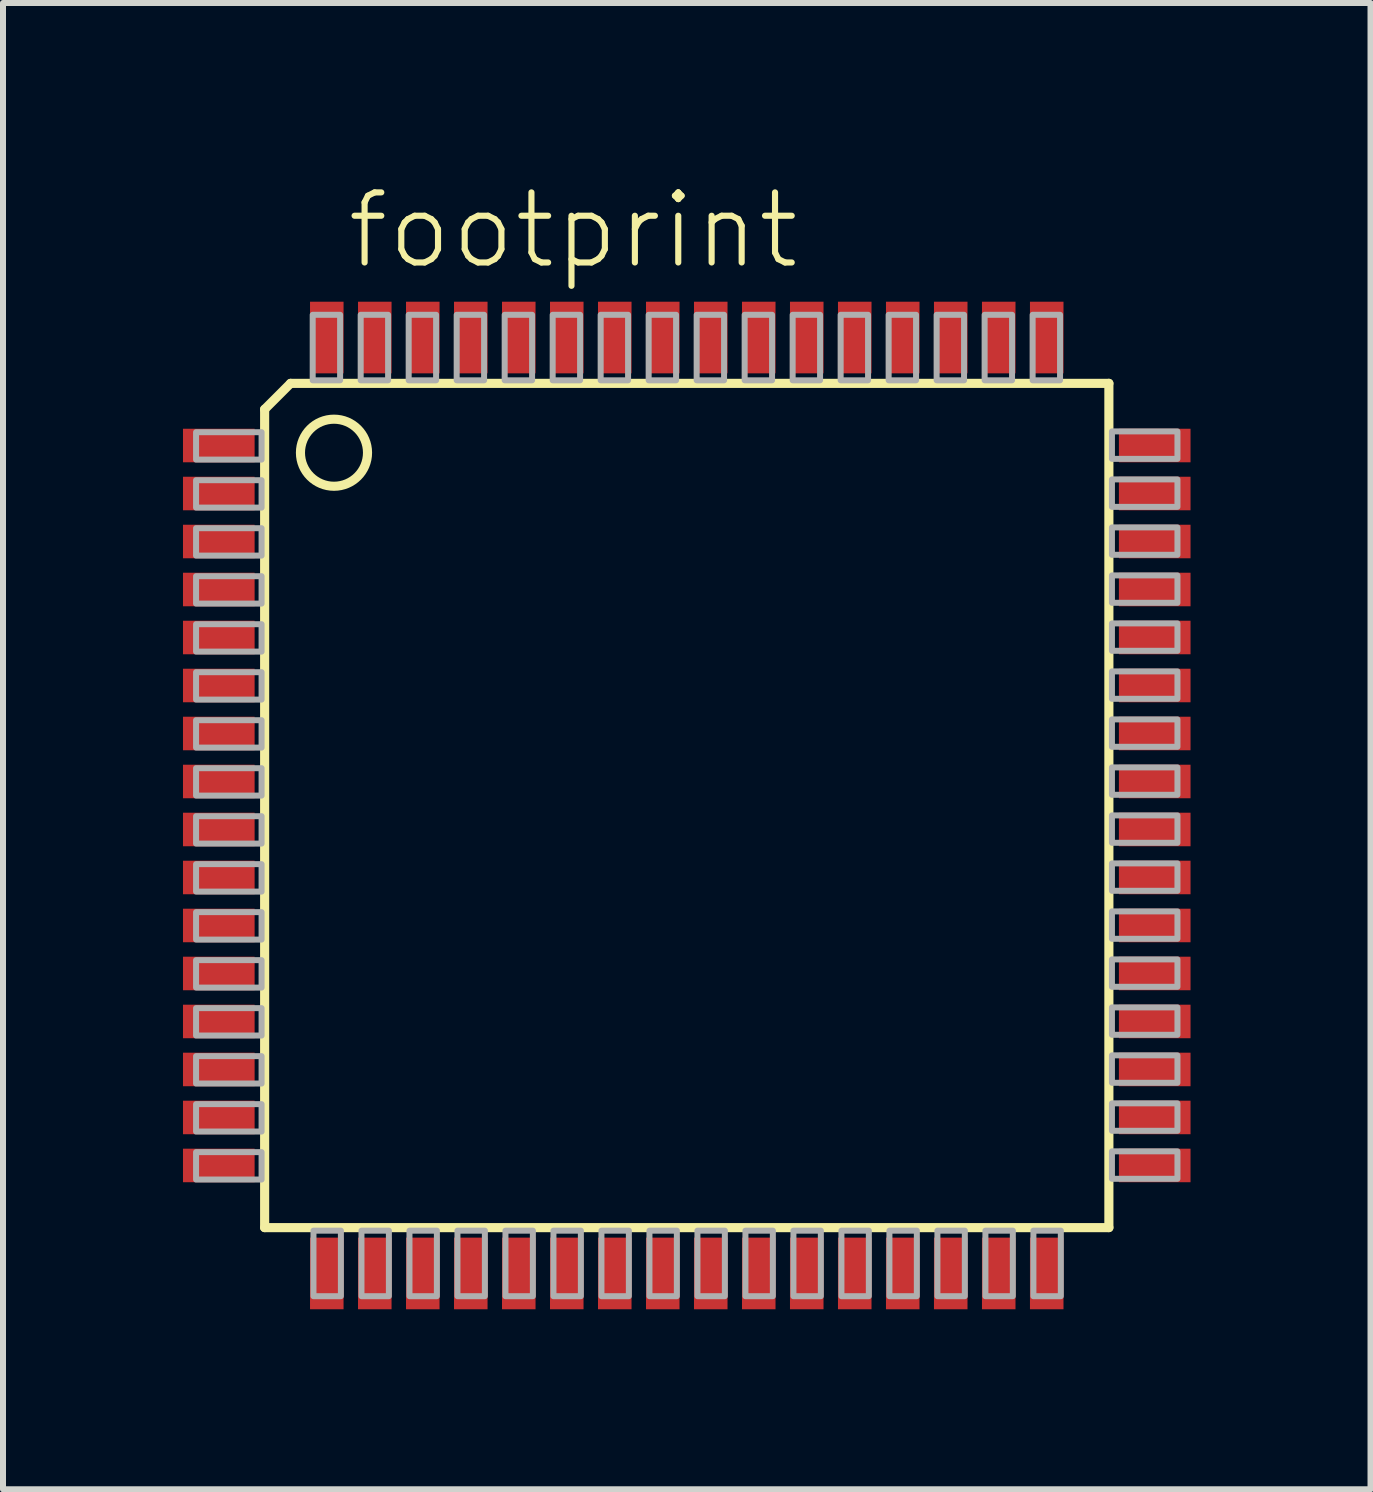
<source format=kicad_pcb>
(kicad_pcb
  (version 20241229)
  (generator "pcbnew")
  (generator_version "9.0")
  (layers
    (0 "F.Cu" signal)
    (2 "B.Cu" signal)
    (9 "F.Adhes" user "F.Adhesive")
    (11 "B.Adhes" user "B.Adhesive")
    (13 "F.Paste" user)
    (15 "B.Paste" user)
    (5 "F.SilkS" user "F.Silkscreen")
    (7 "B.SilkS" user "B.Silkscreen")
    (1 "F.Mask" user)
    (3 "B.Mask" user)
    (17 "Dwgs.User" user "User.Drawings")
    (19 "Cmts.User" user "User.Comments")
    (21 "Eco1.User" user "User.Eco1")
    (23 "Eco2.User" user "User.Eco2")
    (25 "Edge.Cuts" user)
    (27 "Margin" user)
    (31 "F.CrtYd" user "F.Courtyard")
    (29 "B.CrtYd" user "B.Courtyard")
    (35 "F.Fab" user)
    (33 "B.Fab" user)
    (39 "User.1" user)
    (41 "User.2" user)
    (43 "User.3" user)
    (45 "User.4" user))
  (footprint "footprint"
    (layer "F.Cu")
    (at 8.397 10.376)
    (property "Reference" "footprint" (at -5.715 -8.903 0) (layer "F.SilkS") (effects (font (size 1.168 1.168) (thickness 0.102)) (justify left bottom)))
    (fp_line (start -7.036 -6.604) (end -6.604 -7.036) (stroke (width 0.152) (type solid)) (layer "F.SilkS"))
    (fp_line (start -7.036 7.036) (end -7.036 -6.604) (stroke (width 0.152) (type solid)) (layer "F.SilkS"))
    (fp_line (start -6.604 -7.036) (end 7.036 -7.036) (stroke (width 0.152) (type solid)) (layer "F.SilkS"))
    (fp_line (start 7.036 -7.036) (end 7.036 7.036) (stroke (width 0.152) (type solid)) (layer "F.SilkS"))
    (fp_line (start 7.036 7.036) (end -7.036 7.036) (stroke (width 0.152) (type solid)) (layer "F.SilkS"))
    (fp_circle (center -5.88 -5.88) (end -5.321 -5.88) (stroke (width 0.152) (type solid)) (fill no) (layer "F.SilkS"))
    (fp_poly (pts (xy -8.179 -5.765) (xy -7.087 -5.765) (xy -7.087 -6.222) (xy -8.179 -6.222)) (stroke (width 0.1) (type solid)) (fill no) (layer "F.Fab"))
    (fp_poly (pts (xy -8.179 -4.965) (xy -7.087 -4.965) (xy -7.087 -5.422) (xy -8.179 -5.422)) (stroke (width 0.1) (type solid)) (fill no) (layer "F.Fab"))
    (fp_poly (pts (xy -8.179 -4.165) (xy -7.087 -4.165) (xy -7.087 -4.622) (xy -8.179 -4.622)) (stroke (width 0.1) (type solid)) (fill no) (layer "F.Fab"))
    (fp_poly (pts (xy -8.179 -3.365) (xy -7.087 -3.365) (xy -7.087 -3.822) (xy -8.179 -3.822)) (stroke (width 0.1) (type solid)) (fill no) (layer "F.Fab"))
    (fp_poly (pts (xy -8.179 -2.565) (xy -7.087 -2.565) (xy -7.087 -3.022) (xy -8.179 -3.022)) (stroke (width 0.1) (type solid)) (fill no) (layer "F.Fab"))
    (fp_poly (pts (xy -8.179 -1.765) (xy -7.087 -1.765) (xy -7.087 -2.222) (xy -8.179 -2.222)) (stroke (width 0.1) (type solid)) (fill no) (layer "F.Fab"))
    (fp_poly (pts (xy -8.179 -0.965) (xy -7.087 -0.965) (xy -7.087 -1.422) (xy -8.179 -1.422)) (stroke (width 0.1) (type solid)) (fill no) (layer "F.Fab"))
    (fp_poly (pts (xy -8.179 -0.165) (xy -7.087 -0.165) (xy -7.087 -0.622) (xy -8.179 -0.622)) (stroke (width 0.1) (type solid)) (fill no) (layer "F.Fab"))
    (fp_poly (pts (xy -8.179 0.635) (xy -7.087 0.635) (xy -7.087 0.178) (xy -8.179 0.178)) (stroke (width 0.1) (type solid)) (fill no) (layer "F.Fab"))
    (fp_poly (pts (xy -8.179 1.435) (xy -7.087 1.435) (xy -7.087 0.978) (xy -8.179 0.978)) (stroke (width 0.1) (type solid)) (fill no) (layer "F.Fab"))
    (fp_poly (pts (xy -8.179 2.235) (xy -7.087 2.235) (xy -7.087 1.778) (xy -8.179 1.778)) (stroke (width 0.1) (type solid)) (fill no) (layer "F.Fab"))
    (fp_poly (pts (xy -8.179 3.035) (xy -7.087 3.035) (xy -7.087 2.578) (xy -8.179 2.578)) (stroke (width 0.1) (type solid)) (fill no) (layer "F.Fab"))
    (fp_poly (pts (xy -8.179 3.835) (xy -7.087 3.835) (xy -7.087 3.378) (xy -8.179 3.378)) (stroke (width 0.1) (type solid)) (fill no) (layer "F.Fab"))
    (fp_poly (pts (xy -8.179 4.635) (xy -7.087 4.635) (xy -7.087 4.178) (xy -8.179 4.178)) (stroke (width 0.1) (type solid)) (fill no) (layer "F.Fab"))
    (fp_poly (pts (xy -8.179 5.435) (xy -7.087 5.435) (xy -7.087 4.978) (xy -8.179 4.978)) (stroke (width 0.1) (type solid)) (fill no) (layer "F.Fab"))
    (fp_poly (pts (xy -8.179 6.235) (xy -7.087 6.235) (xy -7.087 5.778) (xy -8.179 5.778)) (stroke (width 0.1) (type solid)) (fill no) (layer "F.Fab"))
    (fp_poly (pts (xy -6.235 -8.179) (xy -6.235 -7.087) (xy -5.778 -7.087) (xy -5.778 -8.179)) (stroke (width 0.1) (type solid)) (fill no) (layer "F.Fab"))
    (fp_poly (pts (xy -5.765 8.179) (xy -5.765 7.087) (xy -6.222 7.087) (xy -6.222 8.179)) (stroke (width 0.1) (type solid)) (fill no) (layer "F.Fab"))
    (fp_poly (pts (xy -5.435 -8.179) (xy -5.435 -7.087) (xy -4.978 -7.087) (xy -4.978 -8.179)) (stroke (width 0.1) (type solid)) (fill no) (layer "F.Fab"))
    (fp_poly (pts (xy -4.965 8.179) (xy -4.965 7.087) (xy -5.422 7.087) (xy -5.422 8.179)) (stroke (width 0.1) (type solid)) (fill no) (layer "F.Fab"))
    (fp_poly (pts (xy -4.635 -8.179) (xy -4.635 -7.087) (xy -4.178 -7.087) (xy -4.178 -8.179)) (stroke (width 0.1) (type solid)) (fill no) (layer "F.Fab"))
    (fp_poly (pts (xy -4.165 8.179) (xy -4.165 7.087) (xy -4.622 7.087) (xy -4.622 8.179)) (stroke (width 0.1) (type solid)) (fill no) (layer "F.Fab"))
    (fp_poly (pts (xy -3.835 -8.179) (xy -3.835 -7.087) (xy -3.378 -7.087) (xy -3.378 -8.179)) (stroke (width 0.1) (type solid)) (fill no) (layer "F.Fab"))
    (fp_poly (pts (xy -3.365 8.179) (xy -3.365 7.087) (xy -3.822 7.087) (xy -3.822 8.179)) (stroke (width 0.1) (type solid)) (fill no) (layer "F.Fab"))
    (fp_poly (pts (xy -3.035 -8.179) (xy -3.035 -7.087) (xy -2.578 -7.087) (xy -2.578 -8.179)) (stroke (width 0.1) (type solid)) (fill no) (layer "F.Fab"))
    (fp_poly (pts (xy -2.565 8.179) (xy -2.565 7.087) (xy -3.022 7.087) (xy -3.022 8.179)) (stroke (width 0.1) (type solid)) (fill no) (layer "F.Fab"))
    (fp_poly (pts (xy -2.235 -8.179) (xy -2.235 -7.087) (xy -1.778 -7.087) (xy -1.778 -8.179)) (stroke (width 0.1) (type solid)) (fill no) (layer "F.Fab"))
    (fp_poly (pts (xy -1.765 8.179) (xy -1.765 7.087) (xy -2.222 7.087) (xy -2.222 8.179)) (stroke (width 0.1) (type solid)) (fill no) (layer "F.Fab"))
    (fp_poly (pts (xy -1.435 -8.179) (xy -1.435 -7.087) (xy -0.978 -7.087) (xy -0.978 -8.179)) (stroke (width 0.1) (type solid)) (fill no) (layer "F.Fab"))
    (fp_poly (pts (xy -0.965 8.179) (xy -0.965 7.087) (xy -1.422 7.087) (xy -1.422 8.179)) (stroke (width 0.1) (type solid)) (fill no) (layer "F.Fab"))
    (fp_poly (pts (xy -0.635 -8.179) (xy -0.635 -7.087) (xy -0.178 -7.087) (xy -0.178 -8.179)) (stroke (width 0.1) (type solid)) (fill no) (layer "F.Fab"))
    (fp_poly (pts (xy -0.165 8.179) (xy -0.165 7.087) (xy -0.622 7.087) (xy -0.622 8.179)) (stroke (width 0.1) (type solid)) (fill no) (layer "F.Fab"))
    (fp_poly (pts (xy 0.165 -8.179) (xy 0.165 -7.087) (xy 0.622 -7.087) (xy 0.622 -8.179)) (stroke (width 0.1) (type solid)) (fill no) (layer "F.Fab"))
    (fp_poly (pts (xy 0.635 8.179) (xy 0.635 7.087) (xy 0.178 7.087) (xy 0.178 8.179)) (stroke (width 0.1) (type solid)) (fill no) (layer "F.Fab"))
    (fp_poly (pts (xy 0.965 -8.179) (xy 0.965 -7.087) (xy 1.422 -7.087) (xy 1.422 -8.179)) (stroke (width 0.1) (type solid)) (fill no) (layer "F.Fab"))
    (fp_poly (pts (xy 1.435 8.179) (xy 1.435 7.087) (xy 0.978 7.087) (xy 0.978 8.179)) (stroke (width 0.1) (type solid)) (fill no) (layer "F.Fab"))
    (fp_poly (pts (xy 1.765 -8.179) (xy 1.765 -7.087) (xy 2.222 -7.087) (xy 2.222 -8.179)) (stroke (width 0.1) (type solid)) (fill no) (layer "F.Fab"))
    (fp_poly (pts (xy 2.235 8.179) (xy 2.235 7.087) (xy 1.778 7.087) (xy 1.778 8.179)) (stroke (width 0.1) (type solid)) (fill no) (layer "F.Fab"))
    (fp_poly (pts (xy 2.565 -8.179) (xy 2.565 -7.087) (xy 3.022 -7.087) (xy 3.022 -8.179)) (stroke (width 0.1) (type solid)) (fill no) (layer "F.Fab"))
    (fp_poly (pts (xy 3.035 8.179) (xy 3.035 7.087) (xy 2.578 7.087) (xy 2.578 8.179)) (stroke (width 0.1) (type solid)) (fill no) (layer "F.Fab"))
    (fp_poly (pts (xy 3.365 -8.179) (xy 3.365 -7.087) (xy 3.822 -7.087) (xy 3.822 -8.179)) (stroke (width 0.1) (type solid)) (fill no) (layer "F.Fab"))
    (fp_poly (pts (xy 3.835 8.179) (xy 3.835 7.087) (xy 3.378 7.087) (xy 3.378 8.179)) (stroke (width 0.1) (type solid)) (fill no) (layer "F.Fab"))
    (fp_poly (pts (xy 4.165 -8.179) (xy 4.165 -7.087) (xy 4.622 -7.087) (xy 4.622 -8.179)) (stroke (width 0.1) (type solid)) (fill no) (layer "F.Fab"))
    (fp_poly (pts (xy 4.635 8.179) (xy 4.635 7.087) (xy 4.178 7.087) (xy 4.178 8.179)) (stroke (width 0.1) (type solid)) (fill no) (layer "F.Fab"))
    (fp_poly (pts (xy 4.965 -8.179) (xy 4.965 -7.087) (xy 5.422 -7.087) (xy 5.422 -8.179)) (stroke (width 0.1) (type solid)) (fill no) (layer "F.Fab"))
    (fp_poly (pts (xy 5.435 8.179) (xy 5.435 7.087) (xy 4.978 7.087) (xy 4.978 8.179)) (stroke (width 0.1) (type solid)) (fill no) (layer "F.Fab"))
    (fp_poly (pts (xy 5.765 -8.179) (xy 5.765 -7.087) (xy 6.222 -7.087) (xy 6.222 -8.179)) (stroke (width 0.1) (type solid)) (fill no) (layer "F.Fab"))
    (fp_poly (pts (xy 6.235 8.179) (xy 6.235 7.087) (xy 5.778 7.087) (xy 5.778 8.179)) (stroke (width 0.1) (type solid)) (fill no) (layer "F.Fab"))
    (fp_poly (pts (xy 8.179 -6.235) (xy 7.087 -6.235) (xy 7.087 -5.778) (xy 8.179 -5.778)) (stroke (width 0.1) (type solid)) (fill no) (layer "F.Fab"))
    (fp_poly (pts (xy 8.179 -5.435) (xy 7.087 -5.435) (xy 7.087 -4.978) (xy 8.179 -4.978)) (stroke (width 0.1) (type solid)) (fill no) (layer "F.Fab"))
    (fp_poly (pts (xy 8.179 -4.635) (xy 7.087 -4.635) (xy 7.087 -4.178) (xy 8.179 -4.178)) (stroke (width 0.1) (type solid)) (fill no) (layer "F.Fab"))
    (fp_poly (pts (xy 8.179 -3.835) (xy 7.087 -3.835) (xy 7.087 -3.378) (xy 8.179 -3.378)) (stroke (width 0.1) (type solid)) (fill no) (layer "F.Fab"))
    (fp_poly (pts (xy 8.179 -3.035) (xy 7.087 -3.035) (xy 7.087 -2.578) (xy 8.179 -2.578)) (stroke (width 0.1) (type solid)) (fill no) (layer "F.Fab"))
    (fp_poly (pts (xy 8.179 -2.235) (xy 7.087 -2.235) (xy 7.087 -1.778) (xy 8.179 -1.778)) (stroke (width 0.1) (type solid)) (fill no) (layer "F.Fab"))
    (fp_poly (pts (xy 8.179 -1.435) (xy 7.087 -1.435) (xy 7.087 -0.978) (xy 8.179 -0.978)) (stroke (width 0.1) (type solid)) (fill no) (layer "F.Fab"))
    (fp_poly (pts (xy 8.179 -0.635) (xy 7.087 -0.635) (xy 7.087 -0.178) (xy 8.179 -0.178)) (stroke (width 0.1) (type solid)) (fill no) (layer "F.Fab"))
    (fp_poly (pts (xy 8.179 0.165) (xy 7.087 0.165) (xy 7.087 0.622) (xy 8.179 0.622)) (stroke (width 0.1) (type solid)) (fill no) (layer "F.Fab"))
    (fp_poly (pts (xy 8.179 0.965) (xy 7.087 0.965) (xy 7.087 1.422) (xy 8.179 1.422)) (stroke (width 0.1) (type solid)) (fill no) (layer "F.Fab"))
    (fp_poly (pts (xy 8.179 1.765) (xy 7.087 1.765) (xy 7.087 2.222) (xy 8.179 2.222)) (stroke (width 0.1) (type solid)) (fill no) (layer "F.Fab"))
    (fp_poly (pts (xy 8.179 2.565) (xy 7.087 2.565) (xy 7.087 3.022) (xy 8.179 3.022)) (stroke (width 0.1) (type solid)) (fill no) (layer "F.Fab"))
    (fp_poly (pts (xy 8.179 3.365) (xy 7.087 3.365) (xy 7.087 3.822) (xy 8.179 3.822)) (stroke (width 0.1) (type solid)) (fill no) (layer "F.Fab"))
    (fp_poly (pts (xy 8.179 4.165) (xy 7.087 4.165) (xy 7.087 4.622) (xy 8.179 4.622)) (stroke (width 0.1) (type solid)) (fill no) (layer "F.Fab"))
    (fp_poly (pts (xy 8.179 4.965) (xy 7.087 4.965) (xy 7.087 5.422) (xy 8.179 5.422)) (stroke (width 0.1) (type solid)) (fill no) (layer "F.Fab"))
    (fp_poly (pts (xy 8.179 5.765) (xy 7.087 5.765) (xy 7.087 6.222) (xy 8.179 6.222)) (stroke (width 0.1) (type solid)) (fill no) (layer "F.Fab"))
    (pad "1" smd rect (at -7.8 -6) (size 1.194 0.559) (layers "F.Cu" "F.Mask" "F.Paste"))
    (pad "2" smd rect (at -7.8 -5.2) (size 1.194 0.559) (layers "F.Cu" "F.Mask" "F.Paste"))
    (pad "3" smd rect (at -7.8 -4.4) (size 1.194 0.559) (layers "F.Cu" "F.Mask" "F.Paste"))
    (pad "4" smd rect (at -7.8 -3.6) (size 1.194 0.559) (layers "F.Cu" "F.Mask" "F.Paste"))
    (pad "5" smd rect (at -7.8 -2.8) (size 1.194 0.559) (layers "F.Cu" "F.Mask" "F.Paste"))
    (pad "6" smd rect (at -7.8 -2) (size 1.194 0.559) (layers "F.Cu" "F.Mask" "F.Paste"))
    (pad "7" smd rect (at -7.8 -1.2) (size 1.194 0.559) (layers "F.Cu" "F.Mask" "F.Paste"))
    (pad "8" smd rect (at -7.8 -0.4) (size 1.194 0.559) (layers "F.Cu" "F.Mask" "F.Paste"))
    (pad "9" smd rect (at -7.8 0.4) (size 1.194 0.559) (layers "F.Cu" "F.Mask" "F.Paste"))
    (pad "10" smd rect (at -7.8 1.2) (size 1.194 0.559) (layers "F.Cu" "F.Mask" "F.Paste"))
    (pad "11" smd rect (at -7.8 2) (size 1.194 0.559) (layers "F.Cu" "F.Mask" "F.Paste"))
    (pad "12" smd rect (at -7.8 2.8) (size 1.194 0.559) (layers "F.Cu" "F.Mask" "F.Paste"))
    (pad "13" smd rect (at -7.8 3.6) (size 1.194 0.559) (layers "F.Cu" "F.Mask" "F.Paste"))
    (pad "14" smd rect (at -7.8 4.4) (size 1.194 0.559) (layers "F.Cu" "F.Mask" "F.Paste"))
    (pad "15" smd rect (at -7.8 5.2) (size 1.194 0.559) (layers "F.Cu" "F.Mask" "F.Paste"))
    (pad "16" smd rect (at -7.8 6) (size 1.194 0.559) (layers "F.Cu" "F.Mask" "F.Paste"))
    (pad "17" smd rect (at -6 7.8) (size 0.559 1.194) (layers "F.Cu" "F.Mask" "F.Paste"))
    (pad "18" smd rect (at -5.2 7.8) (size 0.559 1.194) (layers "F.Cu" "F.Mask" "F.Paste"))
    (pad "19" smd rect (at -4.4 7.8) (size 0.559 1.194) (layers "F.Cu" "F.Mask" "F.Paste"))
    (pad "20" smd rect (at -3.6 7.8) (size 0.559 1.194) (layers "F.Cu" "F.Mask" "F.Paste"))
    (pad "21" smd rect (at -2.8 7.8) (size 0.559 1.194) (layers "F.Cu" "F.Mask" "F.Paste"))
    (pad "22" smd rect (at -2 7.8) (size 0.559 1.194) (layers "F.Cu" "F.Mask" "F.Paste"))
    (pad "23" smd rect (at -1.2 7.8) (size 0.559 1.194) (layers "F.Cu" "F.Mask" "F.Paste"))
    (pad "24" smd rect (at -0.4 7.8) (size 0.559 1.194) (layers "F.Cu" "F.Mask" "F.Paste"))
    (pad "25" smd rect (at 0.4 7.8) (size 0.559 1.194) (layers "F.Cu" "F.Mask" "F.Paste"))
    (pad "26" smd rect (at 1.2 7.8) (size 0.559 1.194) (layers "F.Cu" "F.Mask" "F.Paste"))
    (pad "27" smd rect (at 2 7.8) (size 0.559 1.194) (layers "F.Cu" "F.Mask" "F.Paste"))
    (pad "28" smd rect (at 2.8 7.8) (size 0.559 1.194) (layers "F.Cu" "F.Mask" "F.Paste"))
    (pad "29" smd rect (at 3.6 7.8) (size 0.559 1.194) (layers "F.Cu" "F.Mask" "F.Paste"))
    (pad "30" smd rect (at 4.4 7.8) (size 0.559 1.194) (layers "F.Cu" "F.Mask" "F.Paste"))
    (pad "31" smd rect (at 5.2 7.8) (size 0.559 1.194) (layers "F.Cu" "F.Mask" "F.Paste"))
    (pad "32" smd rect (at 6 7.8) (size 0.559 1.194) (layers "F.Cu" "F.Mask" "F.Paste"))
    (pad "33" smd rect (at 7.8 6) (size 1.194 0.559) (layers "F.Cu" "F.Mask" "F.Paste"))
    (pad "34" smd rect (at 7.8 5.2) (size 1.194 0.559) (layers "F.Cu" "F.Mask" "F.Paste"))
    (pad "35" smd rect (at 7.8 4.4) (size 1.194 0.559) (layers "F.Cu" "F.Mask" "F.Paste"))
    (pad "36" smd rect (at 7.8 3.6) (size 1.194 0.559) (layers "F.Cu" "F.Mask" "F.Paste"))
    (pad "37" smd rect (at 7.8 2.8) (size 1.194 0.559) (layers "F.Cu" "F.Mask" "F.Paste"))
    (pad "38" smd rect (at 7.8 2) (size 1.194 0.559) (layers "F.Cu" "F.Mask" "F.Paste"))
    (pad "39" smd rect (at 7.8 1.2) (size 1.194 0.559) (layers "F.Cu" "F.Mask" "F.Paste"))
    (pad "40" smd rect (at 7.8 0.4) (size 1.194 0.559) (layers "F.Cu" "F.Mask" "F.Paste"))
    (pad "41" smd rect (at 7.8 -0.4) (size 1.194 0.559) (layers "F.Cu" "F.Mask" "F.Paste"))
    (pad "42" smd rect (at 7.8 -1.2) (size 1.194 0.559) (layers "F.Cu" "F.Mask" "F.Paste"))
    (pad "43" smd rect (at 7.8 -2) (size 1.194 0.559) (layers "F.Cu" "F.Mask" "F.Paste"))
    (pad "44" smd rect (at 7.8 -2.8) (size 1.194 0.559) (layers "F.Cu" "F.Mask" "F.Paste"))
    (pad "45" smd rect (at 7.8 -3.6) (size 1.194 0.559) (layers "F.Cu" "F.Mask" "F.Paste"))
    (pad "46" smd rect (at 7.8 -4.4) (size 1.194 0.559) (layers "F.Cu" "F.Mask" "F.Paste"))
    (pad "47" smd rect (at 7.8 -5.2) (size 1.194 0.559) (layers "F.Cu" "F.Mask" "F.Paste"))
    (pad "48" smd rect (at 7.8 -6) (size 1.194 0.559) (layers "F.Cu" "F.Mask" "F.Paste"))
    (pad "49" smd rect (at 6 -7.8) (size 0.559 1.194) (layers "F.Cu" "F.Mask" "F.Paste"))
    (pad "50" smd rect (at 5.2 -7.8) (size 0.559 1.194) (layers "F.Cu" "F.Mask" "F.Paste"))
    (pad "51" smd rect (at 4.4 -7.8) (size 0.559 1.194) (layers "F.Cu" "F.Mask" "F.Paste"))
    (pad "52" smd rect (at 3.6 -7.8) (size 0.559 1.194) (layers "F.Cu" "F.Mask" "F.Paste"))
    (pad "53" smd rect (at 2.8 -7.8) (size 0.559 1.194) (layers "F.Cu" "F.Mask" "F.Paste"))
    (pad "54" smd rect (at 2 -7.8) (size 0.559 1.194) (layers "F.Cu" "F.Mask" "F.Paste"))
    (pad "55" smd rect (at 1.2 -7.8) (size 0.559 1.194) (layers "F.Cu" "F.Mask" "F.Paste"))
    (pad "56" smd rect (at 0.4 -7.8) (size 0.559 1.194) (layers "F.Cu" "F.Mask" "F.Paste"))
    (pad "57" smd rect (at -0.4 -7.8) (size 0.559 1.194) (layers "F.Cu" "F.Mask" "F.Paste"))
    (pad "58" smd rect (at -1.2 -7.8) (size 0.559 1.194) (layers "F.Cu" "F.Mask" "F.Paste"))
    (pad "59" smd rect (at -2 -7.8) (size 0.559 1.194) (layers "F.Cu" "F.Mask" "F.Paste"))
    (pad "60" smd rect (at -2.8 -7.8) (size 0.559 1.194) (layers "F.Cu" "F.Mask" "F.Paste"))
    (pad "61" smd rect (at -3.6 -7.8) (size 0.559 1.194) (layers "F.Cu" "F.Mask" "F.Paste"))
    (pad "62" smd rect (at -4.4 -7.8) (size 0.559 1.194) (layers "F.Cu" "F.Mask" "F.Paste"))
    (pad "63" smd rect (at -5.2 -7.8) (size 0.559 1.194) (layers "F.Cu" "F.Mask" "F.Paste"))
    (pad "64" smd rect (at -6 -7.8) (size 0.559 1.194) (layers "F.Cu" "F.Mask" "F.Paste")))
  (gr_rect
    (start -3 -3)
    (end 19.794 21.773)
    (stroke (width 0.1) (type default))
    (fill no)
    (layer "Edge.Cuts")))
</source>
